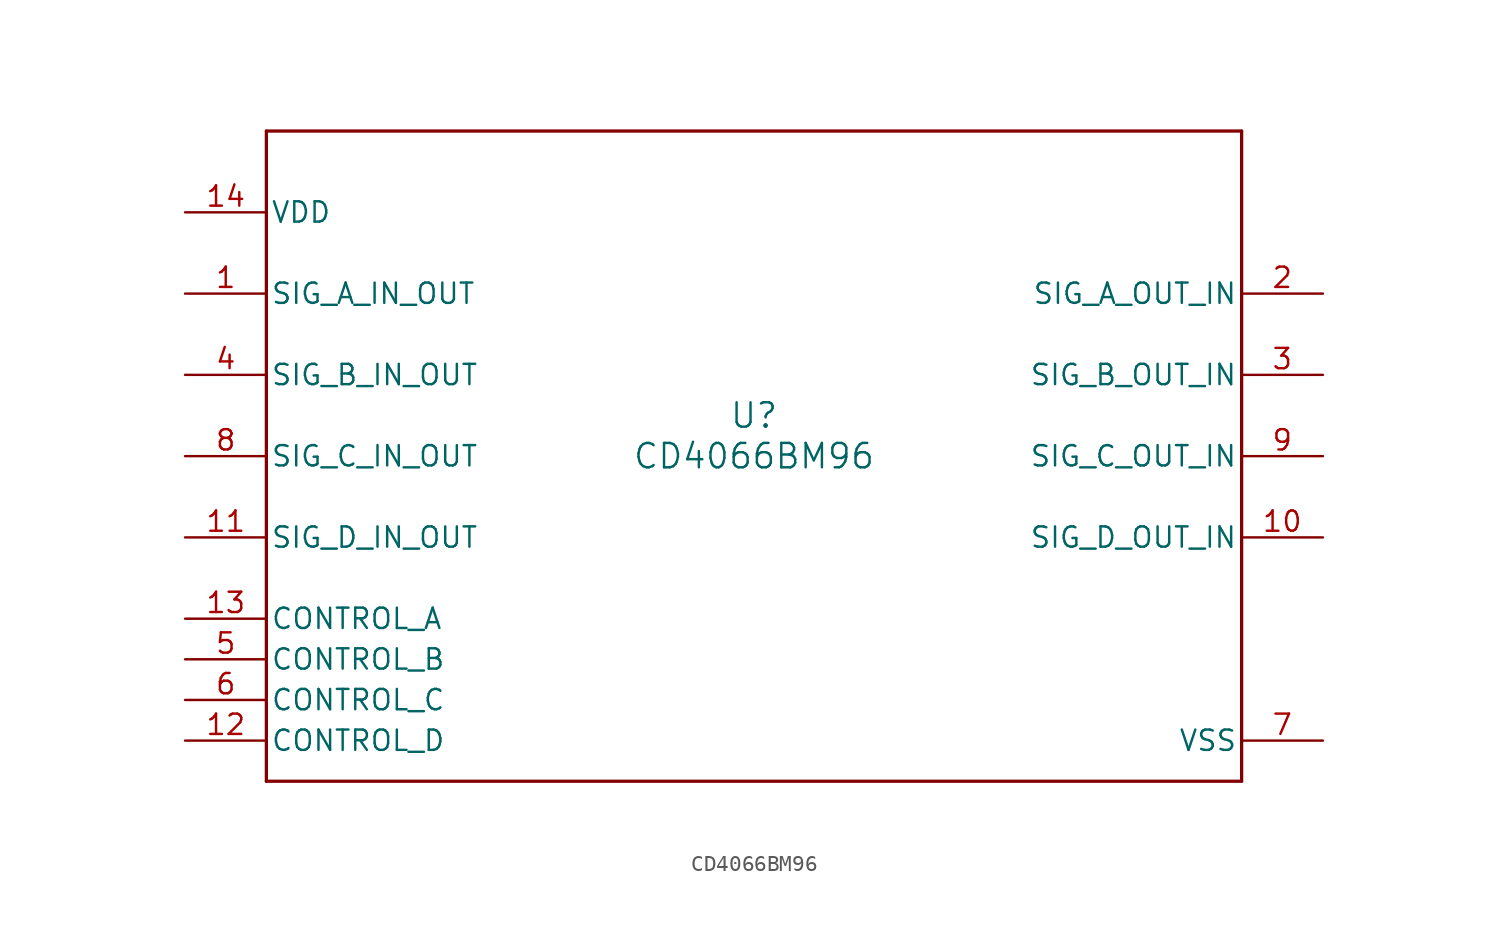
<source format=kicad_sym>
(kicad_symbol_lib
  (version 20211014)
  (generator kicad_symbol_editor)
  (symbol "CD4066BM96"
    (pin_names
      (offset 0.254))
    (property "Reference" "U"
      (at 0 2.54 0)
      (effects (font (size 1.524 1.524))))
    (property "Value" "CD4066BM96"
      (at 0 0 0)
      (effects (font (size 1.524 1.524))))
    (symbol "CD4066BM96_0_1"
      (polyline (pts (xy -30.48 -20.32) (xy 30.48 -20.32)) (stroke (width 0.203) (type default) (color 0 0 0 0)) (fill (type none)))
      (polyline (pts (xy 30.48 -20.32) (xy 30.48 20.32)) (stroke (width 0.203) (type default) (color 0 0 0 0)) (fill (type none)))
      (polyline (pts (xy 30.48 20.32) (xy -30.48 20.32)) (stroke (width 0.203) (type default) (color 0 0 0 0)) (fill (type none)))
      (polyline (pts (xy -30.48 20.32) (xy -30.48 -20.32)) (stroke (width 0.203) (type default) (color 0 0 0 0)) (fill (type none)))
      (pin bidirectional line (at -35.56 10.16 0) (length 5.08) (name "SIG A IN_OUT" (effects (font (size 1.27 1.27)))) (number "1" (effects (font (size 1.27 1.27)))))
      (pin bidirectional line (at 35.56 10.16 180) (length 5.08) (name "SIG A OUT_IN" (effects (font (size 1.27 1.27)))) (number "2" (effects (font (size 1.27 1.27)))))
      (pin bidirectional line (at 35.56 5.08 180) (length 5.08) (name "SIG B OUT_IN" (effects (font (size 1.27 1.27)))) (number "3" (effects (font (size 1.27 1.27)))))
      (pin bidirectional line (at -35.56 5.08 0) (length 5.08) (name "SIG B IN_OUT" (effects (font (size 1.27 1.27)))) (number "4" (effects (font (size 1.27 1.27)))))
      (pin input line (at -35.56 -12.7 0) (length 5.08) (name "CONTROL B" (effects (font (size 1.27 1.27)))) (number "5" (effects (font (size 1.27 1.27)))))
      (pin input line (at -35.56 -15.24 0) (length 5.08) (name "CONTROL C" (effects (font (size 1.27 1.27)))) (number "6" (effects (font (size 1.27 1.27)))))
      (pin power_in line (at 35.56 -17.78 180) (length 5.08) (name "VSS" (effects (font (size 1.27 1.27)))) (number "7" (effects (font (size 1.27 1.27)))))
      (pin bidirectional line (at -35.56 0 0) (length 5.08) (name "SIG C IN_OUT" (effects (font (size 1.27 1.27)))) (number "8" (effects (font (size 1.27 1.27)))))
      (pin bidirectional line (at 35.56 0 180) (length 5.08) (name "SIG C OUT_IN" (effects (font (size 1.27 1.27)))) (number "9" (effects (font (size 1.27 1.27)))))
      (pin bidirectional line (at 35.56 -5.08 180) (length 5.08) (name "SIG D OUT_IN" (effects (font (size 1.27 1.27)))) (number "10" (effects (font (size 1.27 1.27)))))
      (pin bidirectional line (at -35.56 -5.08 0) (length 5.08) (name "SIG D IN_OUT" (effects (font (size 1.27 1.27)))) (number "11" (effects (font (size 1.27 1.27)))))
      (pin input line (at -35.56 -17.78 0) (length 5.08) (name "CONTROL D" (effects (font (size 1.27 1.27)))) (number "12" (effects (font (size 1.27 1.27)))))
      (pin input line (at -35.56 -10.16 0) (length 5.08) (name "CONTROL A" (effects (font (size 1.27 1.27)))) (number "13" (effects (font (size 1.27 1.27)))))
      (pin power_in line (at -35.56 15.24 0) (length 5.08) (name "VDD" (effects (font (size 1.27 1.27)))) (number "14" (effects (font (size 1.27 1.27))))))))
</source>
